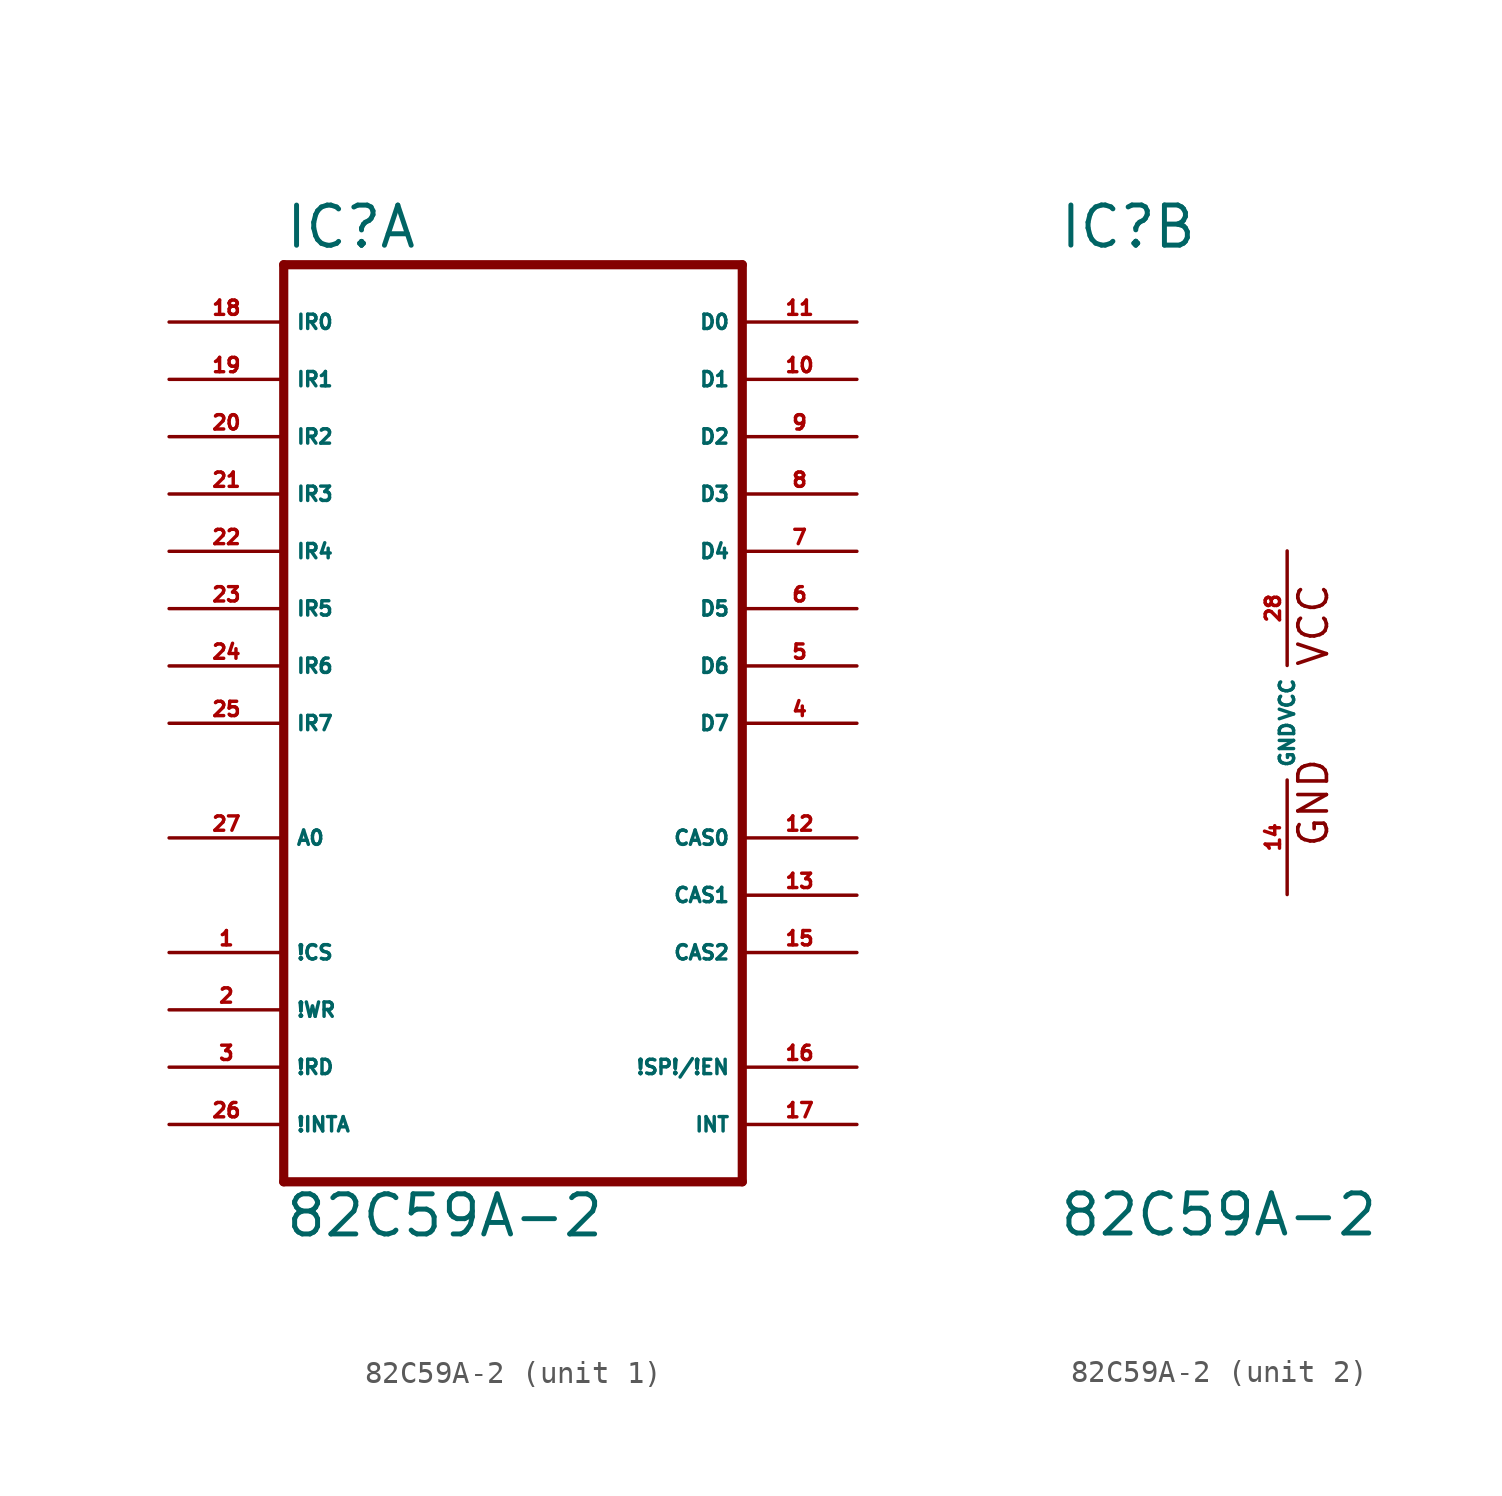
<source format=kicad_sym>
(kicad_symbol_lib
  (version 20220914)
  (generator Eagle2Kicad)
  (symbol "82C59A-2"
    (property "Reference" "IC"
      (at -10.16 20.955 0)
      (effects (font (size 1.778 1.778) (thickness 0.22)) (justify left bottom)))
    (property "Value" "82C59A-2"
      (at -10.16 -22.86 0)
      (effects (font (size 1.778 1.778) (thickness 0.22)) (justify left bottom)))
    (symbol "82C59A-2_1_0"
      (polyline (pts (xy -10.16 -20.32) (xy 10.16 -20.32)) (stroke (width 0.406) (type default)) (fill (type none)))
      (polyline (pts (xy 10.16 -20.32) (xy 10.16 20.32)) (stroke (width 0.406) (type default)) (fill (type none)))
      (polyline (pts (xy 10.16 20.32) (xy -10.16 20.32)) (stroke (width 0.406) (type default)) (fill (type none)))
      (polyline (pts (xy -10.16 20.32) (xy -10.16 -20.32)) (stroke (width 0.406) (type default)) (fill (type none)))
      (pin input line (at -15.24 17.78 0) (length 5.08) (name "IR0" (effects (font (size 0.635 0.635) (thickness 0.08)) (justify left bottom))) (number "18" (effects (font (size 0.635 0.635) (thickness 0.08)) (justify left bottom))))
      (pin input line (at -15.24 15.24 0) (length 5.08) (name "IR1" (effects (font (size 0.635 0.635) (thickness 0.08)) (justify left bottom))) (number "19" (effects (font (size 0.635 0.635) (thickness 0.08)) (justify left bottom))))
      (pin input line (at -15.24 12.7 0) (length 5.08) (name "IR2" (effects (font (size 0.635 0.635) (thickness 0.08)) (justify left bottom))) (number "20" (effects (font (size 0.635 0.635) (thickness 0.08)) (justify left bottom))))
      (pin input line (at -15.24 10.16 0) (length 5.08) (name "IR3" (effects (font (size 0.635 0.635) (thickness 0.08)) (justify left bottom))) (number "21" (effects (font (size 0.635 0.635) (thickness 0.08)) (justify left bottom))))
      (pin input line (at -15.24 7.62 0) (length 5.08) (name "IR4" (effects (font (size 0.635 0.635) (thickness 0.08)) (justify left bottom))) (number "22" (effects (font (size 0.635 0.635) (thickness 0.08)) (justify left bottom))))
      (pin input line (at -15.24 5.08 0) (length 5.08) (name "IR5" (effects (font (size 0.635 0.635) (thickness 0.08)) (justify left bottom))) (number "23" (effects (font (size 0.635 0.635) (thickness 0.08)) (justify left bottom))))
      (pin input line (at -15.24 2.54 0) (length 5.08) (name "IR6" (effects (font (size 0.635 0.635) (thickness 0.08)) (justify left bottom))) (number "24" (effects (font (size 0.635 0.635) (thickness 0.08)) (justify left bottom))))
      (pin input line (at -15.24 0 0) (length 5.08) (name "IR7" (effects (font (size 0.635 0.635) (thickness 0.08)) (justify left bottom))) (number "25" (effects (font (size 0.635 0.635) (thickness 0.08)) (justify left bottom))))
      (pin bidirectional line (at 15.24 17.78 180) (length 5.08) (name "D0" (effects (font (size 0.635 0.635) (thickness 0.08)) (justify left bottom))) (number "11" (effects (font (size 0.635 0.635) (thickness 0.08)) (justify left bottom))))
      (pin bidirectional line (at 15.24 15.24 180) (length 5.08) (name "D1" (effects (font (size 0.635 0.635) (thickness 0.08)) (justify left bottom))) (number "10" (effects (font (size 0.635 0.635) (thickness 0.08)) (justify left bottom))))
      (pin bidirectional line (at 15.24 12.7 180) (length 5.08) (name "D2" (effects (font (size 0.635 0.635) (thickness 0.08)) (justify left bottom))) (number "9" (effects (font (size 0.635 0.635) (thickness 0.08)) (justify left bottom))))
      (pin bidirectional line (at 15.24 10.16 180) (length 5.08) (name "D3" (effects (font (size 0.635 0.635) (thickness 0.08)) (justify left bottom))) (number "8" (effects (font (size 0.635 0.635) (thickness 0.08)) (justify left bottom))))
      (pin bidirectional line (at 15.24 7.62 180) (length 5.08) (name "D4" (effects (font (size 0.635 0.635) (thickness 0.08)) (justify left bottom))) (number "7" (effects (font (size 0.635 0.635) (thickness 0.08)) (justify left bottom))))
      (pin bidirectional line (at 15.24 5.08 180) (length 5.08) (name "D5" (effects (font (size 0.635 0.635) (thickness 0.08)) (justify left bottom))) (number "6" (effects (font (size 0.635 0.635) (thickness 0.08)) (justify left bottom))))
      (pin bidirectional line (at 15.24 2.54 180) (length 5.08) (name "D6" (effects (font (size 0.635 0.635) (thickness 0.08)) (justify left bottom))) (number "5" (effects (font (size 0.635 0.635) (thickness 0.08)) (justify left bottom))))
      (pin bidirectional line (at 15.24 0 180) (length 5.08) (name "D7" (effects (font (size 0.635 0.635) (thickness 0.08)) (justify left bottom))) (number "4" (effects (font (size 0.635 0.635) (thickness 0.08)) (justify left bottom))))
      (pin input line (at -15.24 -10.16 0) (length 5.08) (name "!CS" (effects (font (size 0.635 0.635) (thickness 0.08)) (justify left bottom))) (number "1" (effects (font (size 0.635 0.635) (thickness 0.08)) (justify left bottom))))
      (pin input line (at -15.24 -12.7 0) (length 5.08) (name "!WR" (effects (font (size 0.635 0.635) (thickness 0.08)) (justify left bottom))) (number "2" (effects (font (size 0.635 0.635) (thickness 0.08)) (justify left bottom))))
      (pin input line (at -15.24 -15.24 0) (length 5.08) (name "!RD" (effects (font (size 0.635 0.635) (thickness 0.08)) (justify left bottom))) (number "3" (effects (font (size 0.635 0.635) (thickness 0.08)) (justify left bottom))))
      (pin input line (at -15.24 -17.78 0) (length 5.08) (name "!INTA" (effects (font (size 0.635 0.635) (thickness 0.08)) (justify left bottom))) (number "26" (effects (font (size 0.635 0.635) (thickness 0.08)) (justify left bottom))))
      (pin input line (at -15.24 -5.08 0) (length 5.08) (name "A0" (effects (font (size 0.635 0.635) (thickness 0.08)) (justify left bottom))) (number "27" (effects (font (size 0.635 0.635) (thickness 0.08)) (justify left bottom))))
      (pin bidirectional line (at 15.24 -5.08 180) (length 5.08) (name "CAS0" (effects (font (size 0.635 0.635) (thickness 0.08)) (justify left bottom))) (number "12" (effects (font (size 0.635 0.635) (thickness 0.08)) (justify left bottom))))
      (pin bidirectional line (at 15.24 -7.62 180) (length 5.08) (name "CAS1" (effects (font (size 0.635 0.635) (thickness 0.08)) (justify left bottom))) (number "13" (effects (font (size 0.635 0.635) (thickness 0.08)) (justify left bottom))))
      (pin bidirectional line (at 15.24 -10.16 180) (length 5.08) (name "CAS2" (effects (font (size 0.635 0.635) (thickness 0.08)) (justify left bottom))) (number "15" (effects (font (size 0.635 0.635) (thickness 0.08)) (justify left bottom))))
      (pin bidirectional line (at 15.24 -15.24 180) (length 5.08) (name "!SP!/!EN" (effects (font (size 0.635 0.635) (thickness 0.08)) (justify left bottom))) (number "16" (effects (font (size 0.635 0.635) (thickness 0.08)) (justify left bottom))))
      (pin output line (at 15.24 -17.78 180) (length 5.08) (name "INT" (effects (font (size 0.635 0.635) (thickness 0.08)) (justify left bottom))) (number "17" (effects (font (size 0.635 0.635) (thickness 0.08)) (justify left bottom)))))
    (symbol "82C59A-2_2_0"
      (text "GND" (at 1.905 -5.588 900) (effects (font (size 1.27 1.27) (thickness 0.16)) (justify left bottom)))
      (text "VCC" (at 1.905 2.413 900) (effects (font (size 1.27 1.27) (thickness 0.16)) (justify left bottom)))
      (pin unspecified line (at 0 7.62 270) (length 5.08) (name "VCC" (effects (font (size 0.635 0.635) (thickness 0.08)) (justify left bottom))) (number "28" (effects (font (size 0.635 0.635) (thickness 0.08)) (justify left bottom))))
      (pin unspecified line (at 0 -7.62 90) (length 5.08) (name "GND" (effects (font (size 0.635 0.635) (thickness 0.08)) (justify left bottom))) (number "14" (effects (font (size 0.635 0.635) (thickness 0.08)) (justify left bottom)))))))
</source>
